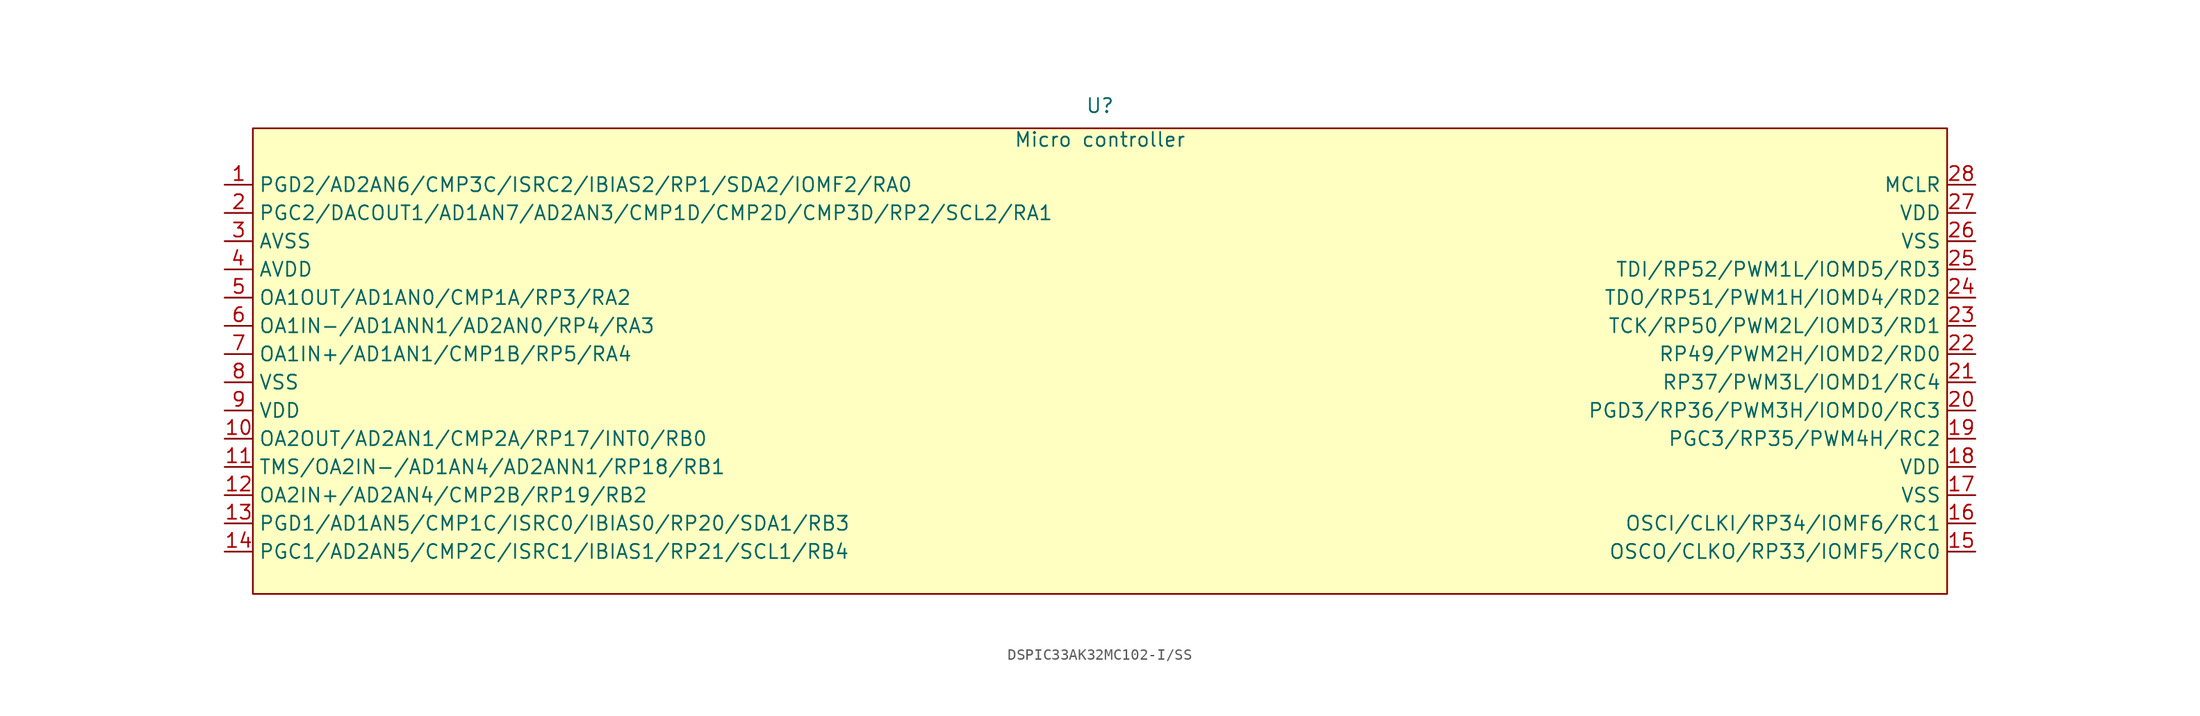
<source format=kicad_sym>
(kicad_symbol_lib
  (version 20241209)
  (generator "kicad_symbol_editor")
  (generator_version "9.0")
  (symbol "DSPIC33AK32MC102-I/SS"
    (property "Reference" "U"
      (at 0 23.622 0)
      (effects (font (size 1.27 1.27))))
    (property "Value" "Micro controller"
      (at 0 20.574 0)
      (effects (font (size 1.27 1.27))))
    (symbol "DSPIC33AK32MC102-I/SS_1_1"
      (rectangle (start -76.2 21.59) (end 76.2 -20.32) (stroke (width 0) (type solid)) (fill (type background)))
      (pin bidirectional line (at -78.74 16.51 0) (length 2.54) (name "PGD2/AD2AN6/CMP3C/ISRC2/IBIAS2/RP1/SDA2/IOMF2/RA0" (effects (font (size 1.27 1.27)))) (number "1" (effects (font (size 1.27 1.27)))))
      (pin bidirectional line (at -78.74 13.97 0) (length 2.54) (name "PGC2/DACOUT1/AD1AN7/AD2AN3/CMP1D/CMP2D/CMP3D/RP2/SCL2/RA1" (effects (font (size 1.27 1.27)))) (number "2" (effects (font (size 1.27 1.27)))))
      (pin power_out line (at -78.74 11.43 0) (length 2.54) (name "AVSS" (effects (font (size 1.27 1.27)))) (number "3" (effects (font (size 1.27 1.27)))))
      (pin power_in line (at -78.74 8.89 0) (length 2.54) (name "AVDD" (effects (font (size 1.27 1.27)))) (number "４" (effects (font (size 1.27 1.27)))))
      (pin bidirectional line (at -78.74 6.35 0) (length 2.54) (name "OA1OUT/AD1AN0/CMP1A/RP3/RA2" (effects (font (size 1.27 1.27)))) (number "5" (effects (font (size 1.27 1.27)))))
      (pin bidirectional line (at -78.74 3.81 0) (length 2.54) (name "OA1IN-/AD1ANN1/AD2AN0/RP4/RA3" (effects (font (size 1.27 1.27)))) (number "6" (effects (font (size 1.27 1.27)))))
      (pin bidirectional line (at -78.74 1.27 0) (length 2.54) (name "OA1IN+/AD1AN1/CMP1B/RP5/RA4" (effects (font (size 1.27 1.27)))) (number "7" (effects (font (size 1.27 1.27)))))
      (pin power_out line (at -78.74 -1.27 0) (length 2.54) (name "VSS" (effects (font (size 1.27 1.27)))) (number "8" (effects (font (size 1.27 1.27)))))
      (pin power_in line (at -78.74 -3.81 0) (length 2.54) (name "VDD" (effects (font (size 1.27 1.27)))) (number "9" (effects (font (size 1.27 1.27)))))
      (pin bidirectional line (at -78.74 -6.35 0) (length 2.54) (name "OA2OUT/AD2AN1/CMP2A/RP17/INT0/RB0" (effects (font (size 1.27 1.27)))) (number "10" (effects (font (size 1.27 1.27)))))
      (pin bidirectional line (at -78.74 -8.89 0) (length 2.54) (name "TMS/OA2IN-/AD1AN4/AD2ANN1/RP18/RB1" (effects (font (size 1.27 1.27)))) (number "11" (effects (font (size 1.27 1.27)))))
      (pin bidirectional line (at -78.74 -11.43 0) (length 2.54) (name "OA2IN+/AD2AN4/CMP2B/RP19/RB2" (effects (font (size 1.27 1.27)))) (number "12" (effects (font (size 1.27 1.27)))))
      (pin bidirectional line (at -78.74 -13.97 0) (length 2.54) (name "PGD1/AD1AN5/CMP1C/ISRC0/IBIAS0/RP20/SDA1/RB3" (effects (font (size 1.27 1.27)))) (number "13" (effects (font (size 1.27 1.27)))))
      (pin bidirectional line (at -78.74 -16.51 0) (length 2.54) (name "PGC1/AD2AN5/CMP2C/ISRC1/IBIAS1/RP21/SCL1/RB4" (effects (font (size 1.27 1.27)))) (number "14" (effects (font (size 1.27 1.27)))))
      (pin input line (at 78.74 16.51 180) (length 2.54) (name "MCLR" (effects (font (size 1.27 1.27)))) (number "28" (effects (font (size 1.27 1.27)))))
      (pin power_in line (at 78.74 13.97 180) (length 2.54) (name "VDD" (effects (font (size 1.27 1.27)))) (number "27" (effects (font (size 1.27 1.27)))))
      (pin power_out line (at 78.74 11.43 180) (length 2.54) (name "VSS" (effects (font (size 1.27 1.27)))) (number "26" (effects (font (size 1.27 1.27)))))
      (pin bidirectional line (at 78.74 8.89 180) (length 2.54) (name "TDI/RP52/PWM1L/IOMD5/RD3" (effects (font (size 1.27 1.27)))) (number "25" (effects (font (size 1.27 1.27)))))
      (pin bidirectional line (at 78.74 6.35 180) (length 2.54) (name "TDO/RP51/PWM1H/IOMD4/RD2" (effects (font (size 1.27 1.27)))) (number "24" (effects (font (size 1.27 1.27)))))
      (pin bidirectional line (at 78.74 3.81 180) (length 2.54) (name "TCK/RP50/PWM2L/IOMD3/RD1" (effects (font (size 1.27 1.27)))) (number "23" (effects (font (size 1.27 1.27)))))
      (pin bidirectional line (at 78.74 1.27 180) (length 2.54) (name "RP49/PWM2H/IOMD2/RD0" (effects (font (size 1.27 1.27)))) (number "22" (effects (font (size 1.27 1.27)))))
      (pin bidirectional line (at 78.74 -1.27 180) (length 2.54) (name "RP37/PWM3L/IOMD1/RC4" (effects (font (size 1.27 1.27)))) (number "21" (effects (font (size 1.27 1.27)))))
      (pin bidirectional line (at 78.74 -3.81 180) (length 2.54) (name "PGD3/RP36/PWM3H/IOMD0/RC3" (effects (font (size 1.27 1.27)))) (number "20" (effects (font (size 1.27 1.27)))))
      (pin bidirectional line (at 78.74 -6.35 180) (length 2.54) (name "PGC3/RP35/PWM4H/RC2" (effects (font (size 1.27 1.27)))) (number "19" (effects (font (size 1.27 1.27)))))
      (pin power_in line (at 78.74 -8.89 180) (length 2.54) (name "VDD" (effects (font (size 1.27 1.27)))) (number "18" (effects (font (size 1.27 1.27)))))
      (pin power_out line (at 78.74 -11.43 180) (length 2.54) (name "VSS" (effects (font (size 1.27 1.27)))) (number "17" (effects (font (size 1.27 1.27)))))
      (pin bidirectional line (at 78.74 -13.97 180) (length 2.54) (name "OSCI/CLKI/RP34/IOMF6/RC1" (effects (font (size 1.27 1.27)))) (number "16" (effects (font (size 1.27 1.27)))))
      (pin bidirectional line (at 78.74 -16.51 180) (length 2.54) (name "OSCO/CLKO/RP33/IOMF5/RC0" (effects (font (size 1.27 1.27)))) (number "15" (effects (font (size 1.27 1.27))))))))
</source>
